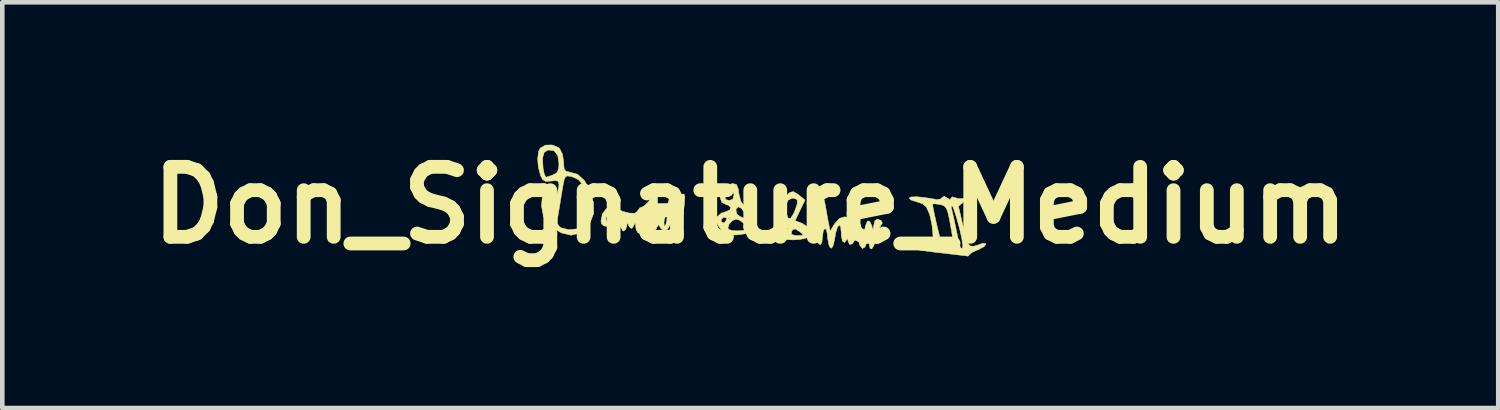
<source format=kicad_pcb>
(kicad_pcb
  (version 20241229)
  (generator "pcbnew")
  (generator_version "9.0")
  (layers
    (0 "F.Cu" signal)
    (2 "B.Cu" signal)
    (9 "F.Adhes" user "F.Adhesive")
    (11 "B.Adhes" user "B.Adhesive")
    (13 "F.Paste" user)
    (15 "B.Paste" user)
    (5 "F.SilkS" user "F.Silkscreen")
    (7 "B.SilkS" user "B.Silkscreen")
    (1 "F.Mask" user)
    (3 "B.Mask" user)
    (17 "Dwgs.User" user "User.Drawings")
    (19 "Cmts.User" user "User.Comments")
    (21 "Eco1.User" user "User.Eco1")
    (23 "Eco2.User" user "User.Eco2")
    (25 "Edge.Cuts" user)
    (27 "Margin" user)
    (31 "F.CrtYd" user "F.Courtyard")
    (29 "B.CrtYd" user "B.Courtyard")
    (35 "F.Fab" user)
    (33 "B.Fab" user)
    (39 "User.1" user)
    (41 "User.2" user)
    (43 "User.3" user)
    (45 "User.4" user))
  (footprint "Don_Signature_Medium"
    (layer "F.Cu")
    (at 13.288 1.418)
    (property "Reference" "Don_Signature_Medium" (at 0 0 0) (layer "F.SilkS") (effects (font (size 1.524 1.524) (thickness 0.3))))
    (attr through_hole)
    (fp_poly (pts (xy 1.036 -0.238) (xy 1.074 -0.208) (xy 1.193 -0.111) (xy 0.975 0.337) (xy 1.123 0.393) (xy 1.258 0.475) (xy 1.309 0.58) (xy 1.269 0.687) (xy 1.195 0.725) (xy 1.069 0.748) (xy 0.925 0.756) (xy 0.797 0.749) (xy 0.72 0.723) (xy 0.711 0.707) (xy 0.669 0.662) (xy 0.61 0.635) (xy 0.546 0.584) (xy 0.896 0.584) (xy 0.9 0.639) (xy 0.981 0.659) (xy 1.027 0.66) (xy 1.132 0.657) (xy 1.148 0.636) (xy 1.089 0.586) (xy 0.986 0.52) (xy 0.928 0.526) (xy 0.896 0.584) (xy 0.546 0.584) (xy 0.527 0.569) (xy 0.522 0.534) (xy 0.617 0.534) (xy 0.673 0.573) (xy 0.77 0.575) (xy 0.813 0.51) (xy 0.813 0.505) (xy 0.77 0.466) (xy 0.711 0.457) (xy 0.626 0.482) (xy 0.617 0.534) (xy 0.522 0.534) (xy 0.515 0.475) (xy 0.576 0.396) (xy 0.608 0.381) (xy 0.67 0.347) (xy 0.691 0.276) (xy 0.679 0.138) (xy 0.679 0.131) (xy 0.67 0.004) (xy 0.776 0.004) (xy 0.778 0.155) (xy 0.784 0.181) (xy 0.826 0.283) (xy 0.877 0.287) (xy 0.94 0.191) (xy 0.978 0.105) (xy 1.026 -0.043) (xy 1.02 -0.121) (xy 0.954 -0.15) (xy 0.909 -0.152) (xy 0.823 -0.108) (xy 0.776 0.004) (xy 0.67 0.004) (xy 0.668 -0.02) (xy 0.698 -0.118) (xy 0.766 -0.196) (xy 0.868 -0.281) (xy 0.943 -0.294) (xy 1.036 -0.238)) (stroke (width 0.01) (type solid)) (fill yes) (layer "F.SilkS"))
    (fp_poly (pts (xy -0.305 -0.455) (xy -0.259 -0.348) (xy -0.254 -0.276) (xy -0.206 -0.083) (xy -0.129 0.019) (xy -0.03 0.15) (xy 0.032 0.288) (xy 0.085 0.414) (xy 0.148 0.491) (xy 0.197 0.556) (xy 0.19 0.589) (xy 0.126 0.594) (xy 0.094 0.571) (xy 0.026 0.545) (xy -0.037 0.588) (xy -0.121 0.624) (xy -0.263 0.645) (xy -0.426 0.651) (xy -0.576 0.641) (xy -0.675 0.614) (xy -0.693 0.599) (xy -0.677 0.562) (xy -0.651 0.558) (xy -0.615 0.544) (xy -0.641 0.52) (xy -0.66 0.496) (xy -0.486 0.496) (xy -0.472 0.527) (xy -0.398 0.551) (xy -0.275 0.558) (xy -0.153 0.549) (xy -0.085 0.525) (xy -0.085 0.466) (xy -0.144 0.391) (xy -0.233 0.327) (xy -0.311 0.305) (xy -0.394 0.339) (xy -0.462 0.416) (xy -0.486 0.496) (xy -0.66 0.496) (xy -0.701 0.444) (xy -0.731 0.375) (xy -0.728 0.311) (xy -0.632 0.311) (xy -0.63 0.364) (xy -0.576 0.385) (xy -0.544 0.361) (xy -0.512 0.296) (xy -0.521 0.275) (xy -0.582 0.265) (xy -0.632 0.311) (xy -0.728 0.311) (xy -0.726 0.256) (xy -0.63 0.173) (xy -0.538 0.145) (xy -0.443 0.102) (xy -0.44 0.091) (xy -0.311 0.091) (xy -0.298 0.186) (xy -0.235 0.239) (xy -0.118 0.295) (xy -0.075 0.284) (xy -0.101 0.203) (xy -0.107 0.191) (xy -0.191 0.069) (xy -0.262 0.036) (xy -0.311 0.091) (xy -0.44 0.091) (xy -0.426 0.042) (xy -0.493 -0.004) (xy -0.518 -0.009) (xy -0.62 -0.062) (xy -0.656 -0.165) (xy -0.644 -0.215) (xy -0.55 -0.215) (xy -0.54 -0.126) (xy -0.461 -0.102) (xy -0.461 -0.102) (xy -0.38 -0.129) (xy -0.356 -0.226) (xy -0.356 -0.232) (xy -0.385 -0.326) (xy -0.45 -0.349) (xy -0.517 -0.303) (xy -0.55 -0.215) (xy -0.644 -0.215) (xy -0.625 -0.288) (xy -0.533 -0.398) (xy -0.398 -0.472) (xy -0.305 -0.455)) (stroke (width 0.01) (type solid)) (fill yes) (layer "F.SilkS"))
    (fp_poly (pts (xy 4.289 -0.156) (xy 4.353 -0.118) (xy 4.369 -0.149) (xy 4.4 -0.182) (xy 4.432 -0.17) (xy 4.53 -0.144) (xy 4.623 -0.143) (xy 4.75 -0.157) (xy 4.642 -0.066) (xy 4.534 0.025) (xy 4.638 0.473) (xy 4.691 0.692) (xy 4.736 0.826) (xy 4.789 0.889) (xy 4.867 0.895) (xy 4.986 0.858) (xy 5.05 0.833) (xy 5.118 0.831) (xy 5.131 0.855) (xy 5.088 0.905) (xy 4.981 0.961) (xy 4.953 0.972) (xy 4.838 1.024) (xy 4.778 1.07) (xy 4.775 1.077) (xy 4.741 1.11) (xy 4.737 1.11) (xy 4.67 1.1) (xy 4.533 1.084) (xy 4.369 1.065) (xy 4.029 1.025) (xy 3.78 0.993) (xy 3.609 0.964) (xy 3.506 0.939) (xy 3.46 0.913) (xy 3.454 0.9) (xy 3.501 0.874) (xy 3.63 0.87) (xy 3.721 0.877) (xy 3.988 0.904) (xy 3.978 0.643) (xy 3.958 0.441) (xy 3.917 0.242) (xy 3.897 0.179) (xy 3.834 0.04) (xy 3.756 -0.026) (xy 3.972 -0.026) (xy 3.976 0.027) (xy 4.001 0.156) (xy 4.041 0.34) (xy 4.073 0.477) (xy 4.129 0.7) (xy 4.172 0.842) (xy 4.211 0.922) (xy 4.255 0.956) (xy 4.315 0.965) (xy 4.321 0.965) (xy 4.452 0.965) (xy 4.384 0.572) (xy 4.341 0.329) (xy 4.306 0.168) (xy 4.271 0.071) (xy 4.23 0.021) (xy 4.376 0.021) (xy 4.383 0.076) (xy 4.405 0.166) (xy 4.438 0.313) (xy 4.484 0.532) (xy 4.547 0.836) (xy 4.551 0.853) (xy 4.585 0.932) (xy 4.619 0.942) (xy 4.627 0.884) (xy 4.61 0.753) (xy 4.573 0.571) (xy 4.551 0.485) (xy 4.496 0.286) (xy 4.446 0.126) (xy 4.408 0.029) (xy 4.398 0.014) (xy 4.376 0.021) (xy 4.23 0.021) (xy 4.228 0.019) (xy 4.169 -0.006) (xy 4.126 -0.015) (xy 4.02 -0.03) (xy 3.972 -0.026) (xy 3.756 -0.026) (xy 3.747 -0.033) (xy 3.64 -0.068) (xy 3.501 -0.113) (xy 3.457 -0.152) (xy 3.502 -0.179) (xy 3.631 -0.183) (xy 3.721 -0.175) (xy 3.887 -0.153) (xy 4.017 -0.131) (xy 4.06 -0.121) (xy 4.146 -0.135) (xy 4.17 -0.16) (xy 4.22 -0.195) (xy 4.289 -0.156)) (stroke (width 0.01) (type solid)) (fill yes) (layer "F.SilkS"))
    (fp_poly (pts (xy 1.559 -0.219) (xy 1.609 -0.116) (xy 1.636 0.004) (xy 1.667 0.189) (xy 1.699 0.364) (xy 1.706 0.397) (xy 1.74 0.565) (xy 1.834 0.41) (xy 1.945 0.286) (xy 2.057 0.254) (xy 2.146 0.269) (xy 2.183 0.336) (xy 2.189 0.419) (xy 2.195 0.522) (xy 2.207 0.53) (xy 2.229 0.461) (xy 2.281 0.346) (xy 2.339 0.33) (xy 2.391 0.41) (xy 2.413 0.493) (xy 2.438 0.605) (xy 2.458 0.633) (xy 2.482 0.569) (xy 2.513 0.437) (xy 2.552 0.345) (xy 2.6 0.349) (xy 2.647 0.446) (xy 2.656 0.483) (xy 2.674 0.533) (xy 2.684 0.488) (xy 2.687 0.445) (xy 2.715 0.336) (xy 2.766 0.305) (xy 2.847 0.332) (xy 2.877 0.388) (xy 2.851 0.428) (xy 2.813 0.491) (xy 2.768 0.618) (xy 2.743 0.711) (xy 2.693 0.875) (xy 2.646 0.953) (xy 2.608 0.94) (xy 2.587 0.833) (xy 2.585 0.8) (xy 2.579 0.635) (xy 2.547 0.783) (xy 2.499 0.911) (xy 2.442 0.944) (xy 2.389 0.88) (xy 2.365 0.802) (xy 2.339 0.695) (xy 2.317 0.679) (xy 2.286 0.744) (xy 2.284 0.749) (xy 2.224 0.842) (xy 2.165 0.857) (xy 2.131 0.791) (xy 2.13 0.775) (xy 2.117 0.727) (xy 2.1 0.749) (xy 2.054 0.814) (xy 2.012 0.789) (xy 1.986 0.688) (xy 1.983 0.635) (xy 2.184 0.635) (xy 2.21 0.66) (xy 2.235 0.635) (xy 2.21 0.61) (xy 2.184 0.635) (xy 1.983 0.635) (xy 1.981 0.599) (xy 1.969 0.47) (xy 1.939 0.432) (xy 1.9 0.477) (xy 1.862 0.598) (xy 1.843 0.706) (xy 1.811 0.865) (xy 1.773 0.937) (xy 1.733 0.916) (xy 1.708 0.85) (xy 1.682 0.703) (xy 1.677 0.622) (xy 1.657 0.533) (xy 1.626 0.508) (xy 1.592 0.553) (xy 1.575 0.662) (xy 1.575 0.686) (xy 1.559 0.814) (xy 1.521 0.862) (xy 1.47 0.819) (xy 1.45 0.775) (xy 1.432 0.674) (xy 1.421 0.505) (xy 1.418 0.302) (xy 1.419 0.254) (xy 1.485 0.254) (xy 1.49 0.346) (xy 1.503 0.357) (xy 1.508 0.343) (xy 1.516 0.214) (xy 1.508 0.165) (xy 1.493 0.149) (xy 1.485 0.22) (xy 1.485 0.254) (xy 1.419 0.254) (xy 1.423 0.099) (xy 1.434 -0.07) (xy 1.453 -0.172) (xy 1.503 -0.241) (xy 1.559 -0.219)) (stroke (width 0.01) (type solid)) (fill yes) (layer "F.SilkS"))
    (fp_poly (pts (xy -4.18 -1.257) (xy -4.148 -1.228) (xy -4.089 -1.109) (xy -4.064 -0.945) (xy -4.064 -0.934) (xy -4.055 -0.802) (xy -4.019 -0.741) (xy -3.951 -0.724) (xy -3.761 -0.672) (xy -3.613 -0.54) (xy -3.509 -0.352) (xy -3.416 -0.065) (xy -3.408 0.175) (xy -3.487 0.378) (xy -3.576 0.488) (xy -3.74 0.615) (xy -3.902 0.654) (xy -4.093 0.609) (xy -4.14 0.589) (xy -4.364 0.445) (xy -4.394 0.403) (xy -4.202 0.403) (xy -4.148 0.473) (xy -4.106 0.497) (xy -3.949 0.533) (xy -3.775 0.517) (xy -3.633 0.453) (xy -3.616 0.438) (xy -3.547 0.308) (xy -3.518 0.119) (xy -3.53 -0.095) (xy -3.577 -0.276) (xy -3.654 -0.45) (xy -3.736 -0.551) (xy -3.849 -0.609) (xy -3.914 -0.626) (xy -3.98 -0.637) (xy -4.023 -0.619) (xy -4.053 -0.552) (xy -4.081 -0.418) (xy -4.106 -0.265) (xy -4.14 -0.053) (xy -4.172 0.139) (xy -4.195 0.273) (xy -4.197 0.282) (xy -4.202 0.403) (xy -4.394 0.403) (xy -4.501 0.253) (xy -4.525 0.128) (xy -4.432 0.128) (xy -4.413 0.216) (xy -4.411 0.22) (xy -4.362 0.284) (xy -4.321 0.259) (xy -4.313 0.248) (xy -4.273 0.135) (xy -4.268 0.088) (xy -4.281 0.029) (xy -4.338 0.044) (xy -4.365 0.06) (xy -4.432 0.128) (xy -4.525 0.128) (xy -4.547 0.017) (xy -4.541 -0.049) (xy -4.461 -0.049) (xy -4.44 0.004) (xy -4.378 -0.011) (xy -4.355 -0.03) (xy -4.344 -0.098) (xy -4.354 -0.136) (xy -4.387 -0.184) (xy -4.426 -0.144) (xy -4.461 -0.049) (xy -4.541 -0.049) (xy -4.531 -0.154) (xy -4.477 -0.258) (xy -4.446 -0.285) (xy -4.363 -0.332) (xy -4.309 -0.308) (xy -4.287 -0.28) (xy -4.237 -0.227) (xy -4.205 -0.261) (xy -4.197 -0.282) (xy -4.169 -0.406) (xy -4.166 -0.458) (xy -4.182 -0.52) (xy -4.251 -0.535) (xy -4.335 -0.525) (xy -4.456 -0.517) (xy -4.523 -0.561) (xy -4.565 -0.643) (xy -4.615 -0.824) (xy -4.626 -0.966) (xy -4.521 -0.966) (xy -4.511 -0.804) (xy -4.486 -0.676) (xy -4.451 -0.612) (xy -4.443 -0.61) (xy -4.389 -0.626) (xy -4.296 -0.659) (xy -4.208 -0.71) (xy -4.172 -0.797) (xy -4.166 -0.907) (xy -4.193 -1.085) (xy -4.272 -1.186) (xy -4.393 -1.201) (xy -4.417 -1.195) (xy -4.489 -1.147) (xy -4.518 -1.044) (xy -4.521 -0.966) (xy -4.626 -0.966) (xy -4.63 -1.014) (xy -4.608 -1.173) (xy -4.574 -1.242) (xy -4.461 -1.308) (xy -4.315 -1.312) (xy -4.18 -1.257)) (stroke (width 0.01) (type solid)) (fill yes) (layer "F.SilkS"))
    (fp_poly (pts (xy -2.056 -0.311) (xy -2.027 -0.24) (xy -2.019 -0.118) (xy -2.019 -0.106) (xy -2.021 0.02) (xy -1.992 0.074) (xy -1.919 0.082) (xy -1.918 0.082) (xy -1.826 0.048) (xy -1.788 -0.058) (xy -1.787 -0.064) (xy -1.751 -0.166) (xy -1.693 -0.205) (xy -1.644 -0.175) (xy -1.632 -0.089) (xy -1.633 0.049) (xy -1.625 0.178) (xy -1.613 0.236) (xy -1.598 0.197) (xy -1.58 0.06) (xy -1.579 0.055) (xy -1.548 -0.123) (xy -1.502 -0.227) (xy -1.479 -0.244) (xy -1.441 -0.24) (xy -1.427 -0.181) (xy -1.433 -0.051) (xy -1.443 0.048) (xy -1.474 0.278) (xy -1.505 0.421) (xy -1.542 0.493) (xy -1.577 0.508) (xy -1.623 0.466) (xy -1.656 0.394) (xy -1.684 0.319) (xy -1.707 0.33) (xy -1.739 0.419) (xy -1.804 0.526) (xy -1.884 0.555) (xy -1.954 0.5) (xy -1.966 0.474) (xy -1.995 0.425) (xy -2.025 0.464) (xy -2.039 0.5) (xy -2.094 0.588) (xy -2.152 0.604) (xy -2.184 0.544) (xy -2.184 0.527) (xy -2.201 0.474) (xy -2.253 0.501) (xy -2.327 0.534) (xy -2.354 0.524) (xy -2.385 0.53) (xy -2.388 0.55) (xy -2.406 0.612) (xy -2.446 0.601) (xy -2.484 0.535) (xy -2.495 0.47) (xy -2.505 0.393) (xy -2.522 0.412) (xy -2.524 0.419) (xy -2.564 0.494) (xy -2.591 0.508) (xy -2.638 0.466) (xy -2.657 0.419) (xy -2.674 0.377) (xy -1.88 0.377) (xy -1.873 0.446) (xy -1.86 0.457) (xy -1.837 0.414) (xy -1.817 0.332) (xy -1.813 0.248) (xy -1.836 0.233) (xy -1.866 0.289) (xy -1.88 0.377) (xy -2.674 0.377) (xy -2.676 0.374) (xy -2.685 0.426) (xy -2.687 0.445) (xy -2.711 0.523) (xy -2.756 0.564) (xy -2.79 0.546) (xy -2.794 0.517) (xy -2.836 0.481) (xy -2.883 0.475) (xy -3.076 0.471) (xy -3.188 0.45) (xy -3.24 0.407) (xy -3.251 0.342) (xy -3.241 0.293) (xy -3.143 0.293) (xy -3.128 0.349) (xy -3.108 0.356) (xy -3.058 0.313) (xy -3.033 0.251) (xy -3.032 0.203) (xy -2.337 0.203) (xy -2.318 0.245) (xy -2.303 0.237) (xy -2.297 0.177) (xy -2.303 0.169) (xy -2.333 0.176) (xy -2.337 0.203) (xy -3.032 0.203) (xy -3.031 0.173) (xy -3.065 0.166) (xy -3.118 0.217) (xy -3.143 0.293) (xy -3.241 0.293) (xy -3.218 0.187) (xy -3.135 0.076) (xy -3.022 0.034) (xy -2.985 0.038) (xy -2.884 0.075) (xy -2.845 0.102) (xy -2.782 0.134) (xy -2.663 0.167) (xy -2.652 0.169) (xy -2.524 0.179) (xy -2.462 0.138) (xy -2.456 0.126) (xy -2.407 0.059) (xy -2.382 0.051) (xy -2.303 0.012) (xy -2.212 -0.081) (xy -2.141 -0.189) (xy -2.125 -0.237) (xy -2.093 -0.316) (xy -2.056 -0.311)) (stroke (width 0.01) (type solid)) (fill yes) (layer "F.SilkS")))
  (gr_rect
    (start -3 -3)
    (end 29.576 5.836)
    (stroke (width 0.1) (type default))
    (fill no)
    (layer "Edge.Cuts")))
</source>
